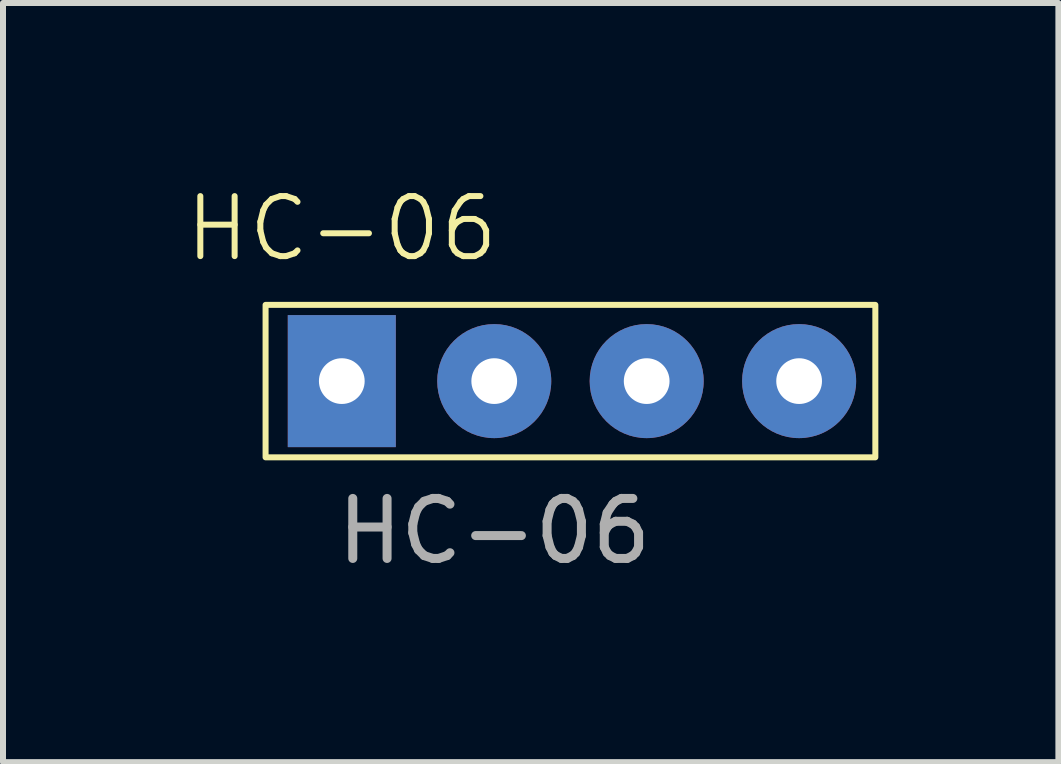
<source format=kicad_pcb>
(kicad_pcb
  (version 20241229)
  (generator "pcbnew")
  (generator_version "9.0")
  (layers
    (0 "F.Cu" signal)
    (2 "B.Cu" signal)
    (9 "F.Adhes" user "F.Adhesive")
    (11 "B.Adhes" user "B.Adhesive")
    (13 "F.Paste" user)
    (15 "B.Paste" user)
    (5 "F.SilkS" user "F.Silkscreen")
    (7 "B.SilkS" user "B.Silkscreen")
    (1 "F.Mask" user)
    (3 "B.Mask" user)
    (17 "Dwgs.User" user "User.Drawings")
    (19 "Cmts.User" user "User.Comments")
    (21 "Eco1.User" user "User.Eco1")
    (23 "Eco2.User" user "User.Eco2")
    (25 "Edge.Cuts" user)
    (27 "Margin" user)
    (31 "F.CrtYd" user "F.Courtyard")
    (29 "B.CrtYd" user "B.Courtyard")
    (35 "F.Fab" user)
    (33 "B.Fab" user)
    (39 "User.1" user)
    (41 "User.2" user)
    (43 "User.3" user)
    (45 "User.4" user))
  (footprint "HC-06"
    (layer "F.Cu")
    (at 5.185 3.3)
    (property "Reference" "HC-06" (at -2.54 -2.54 0) (unlocked yes) (layer "F.SilkS") (effects (font (size 1 1) (thickness 0.1))))
    (attr through_hole)
    (fp_rect (start -3.81 -1.27) (end 6.35 1.27) (stroke (width 0.1) (type default)) (fill no) (layer "F.SilkS"))
    (fp_text user "${REFERENCE}" (at 0 2.5 0) (unlocked yes) (layer "F.Fab") (effects (font (size 1 1) (thickness 0.15))))
    (pad "1" thru_hole rect (at -2.54 0) (size 1.8 2.2) (drill 0.762) (layers "*.Cu" "*.Mask"))
    (pad "2" thru_hole circle (at 0 0) (size 1.9 1.9) (drill 0.762) (layers "*.Cu" "*.Mask"))
    (pad "3" thru_hole circle (at 2.54 0) (size 1.9 1.9) (drill 0.762) (layers "*.Cu" "*.Mask"))
    (pad "4" thru_hole circle (at 5.08 0) (size 1.9 1.9) (drill 0.762) (layers "*.Cu" "*.Mask")))
  (gr_rect
    (start -3 -3)
    (end 14.585 9.649)
    (stroke (width 0.1) (type default))
    (fill no)
    (layer "Edge.Cuts")))
</source>
